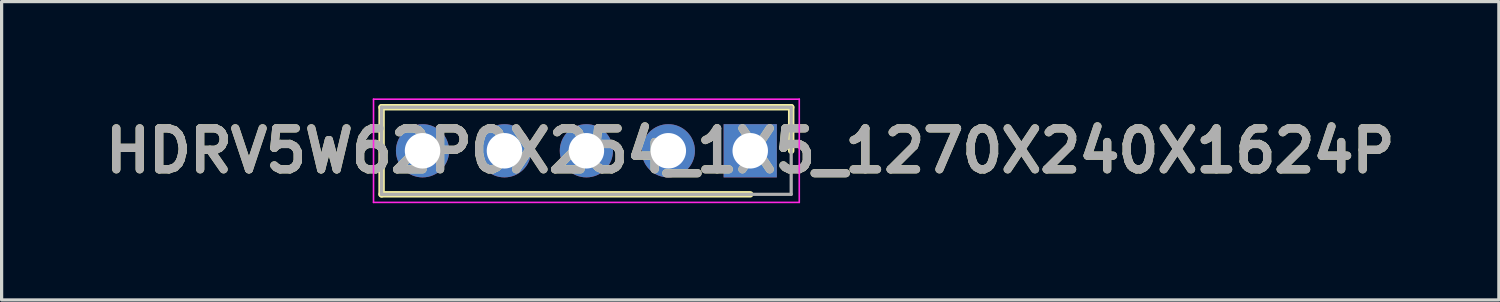
<source format=kicad_pcb>
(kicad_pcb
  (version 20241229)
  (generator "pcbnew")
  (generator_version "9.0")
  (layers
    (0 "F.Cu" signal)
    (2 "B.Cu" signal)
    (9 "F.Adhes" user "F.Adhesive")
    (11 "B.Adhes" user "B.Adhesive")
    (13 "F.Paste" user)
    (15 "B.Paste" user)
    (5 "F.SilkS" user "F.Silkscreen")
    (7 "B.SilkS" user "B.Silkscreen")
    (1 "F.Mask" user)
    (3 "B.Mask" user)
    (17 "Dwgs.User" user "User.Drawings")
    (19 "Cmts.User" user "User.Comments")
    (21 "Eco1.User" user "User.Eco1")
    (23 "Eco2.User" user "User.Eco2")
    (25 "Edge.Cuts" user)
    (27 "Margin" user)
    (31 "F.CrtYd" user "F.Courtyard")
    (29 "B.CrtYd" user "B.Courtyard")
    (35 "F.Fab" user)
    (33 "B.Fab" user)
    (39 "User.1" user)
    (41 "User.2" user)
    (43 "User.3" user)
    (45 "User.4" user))
  (footprint "HDRV5W62P0X254_1X5_1270X240X1624P"
    (layer "F.Cu")
    (at 20.211 1.625)
    (property "Reference" "HDRV5W62P0X254_1X5_1270X240X1624P" (at 0 0 0) (layer "F.SilkS") (effects (font (size 1.27 1.27) (thickness 0.254))))
    (attr through_hole)
    (fp_line (start -11.43 -1.35) (end 1.27 -1.35) (stroke (width 0.2) (type solid)) (layer "F.SilkS"))
    (fp_line (start -11.43 1.35) (end -11.43 -1.35) (stroke (width 0.2) (type solid)) (layer "F.SilkS"))
    (fp_line (start 0 1.35) (end -11.43 1.35) (stroke (width 0.2) (type solid)) (layer "F.SilkS"))
    (fp_line (start 1.27 -1.35) (end 1.27 0) (stroke (width 0.2) (type solid)) (layer "F.SilkS"))
    (fp_line (start -11.68 -1.6) (end 1.52 -1.6) (stroke (width 0.05) (type solid)) (layer "F.CrtYd"))
    (fp_line (start -11.68 1.6) (end -11.68 -1.6) (stroke (width 0.05) (type solid)) (layer "F.CrtYd"))
    (fp_line (start 1.52 -1.6) (end 1.52 1.6) (stroke (width 0.05) (type solid)) (layer "F.CrtYd"))
    (fp_line (start 1.52 1.6) (end -11.68 1.6) (stroke (width 0.05) (type solid)) (layer "F.CrtYd"))
    (fp_line (start -11.43 -1.35) (end 1.27 -1.35) (stroke (width 0.1) (type solid)) (layer "F.Fab"))
    (fp_line (start -11.43 1.35) (end -11.43 -1.35) (stroke (width 0.1) (type solid)) (layer "F.Fab"))
    (fp_line (start 1.27 -1.35) (end 1.27 1.35) (stroke (width 0.1) (type solid)) (layer "F.Fab"))
    (fp_line (start 1.27 1.35) (end -11.43 1.35) (stroke (width 0.1) (type solid)) (layer "F.Fab"))
    (fp_text user "${REFERENCE}" (at 0 0 0) (layer "F.Fab") (effects (font (size 1.27 1.27) (thickness 0.254))))
    (pad "1" thru_hole rect (at 0 0) (size 1.65 1.65) (drill 1.1) (layers "*.Cu" "*.Mask"))
    (pad "2" thru_hole circle (at -2.54 0) (size 1.65 1.65) (drill 1.1) (layers "*.Cu" "*.Mask"))
    (pad "3" thru_hole circle (at -5.08 0) (size 1.65 1.65) (drill 1.1) (layers "*.Cu" "*.Mask"))
    (pad "4" thru_hole circle (at -7.62 0) (size 1.65 1.65) (drill 1.1) (layers "*.Cu" "*.Mask"))
    (pad "5" thru_hole circle (at -10.16 0) (size 1.65 1.65) (drill 1.1) (layers "*.Cu" "*.Mask")))
  (gr_rect
    (start -3 -3)
    (end 43.422 6.25)
    (stroke (width 0.1) (type default))
    (fill no)
    (layer "Edge.Cuts")))
</source>
